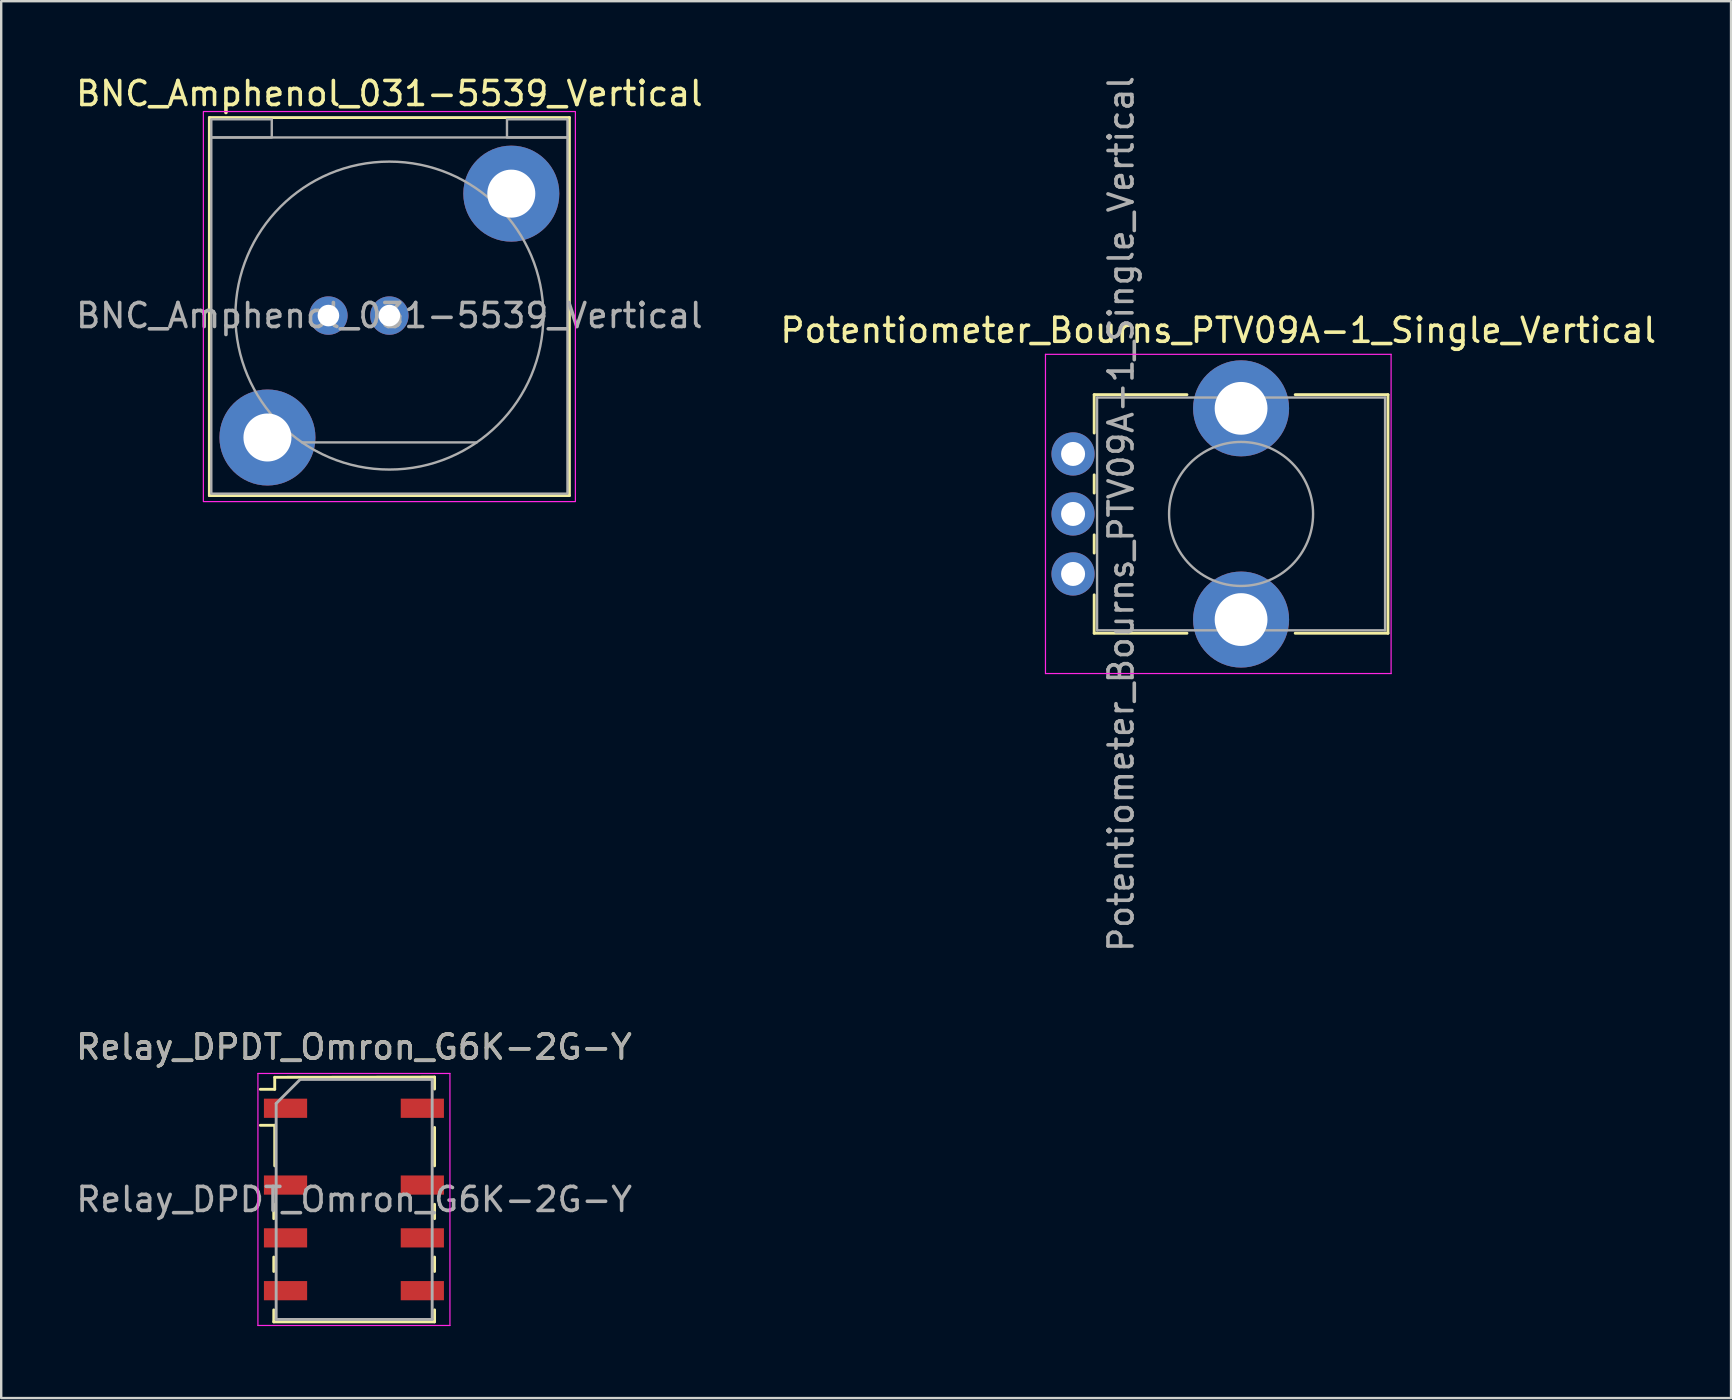
<source format=kicad_pcb>
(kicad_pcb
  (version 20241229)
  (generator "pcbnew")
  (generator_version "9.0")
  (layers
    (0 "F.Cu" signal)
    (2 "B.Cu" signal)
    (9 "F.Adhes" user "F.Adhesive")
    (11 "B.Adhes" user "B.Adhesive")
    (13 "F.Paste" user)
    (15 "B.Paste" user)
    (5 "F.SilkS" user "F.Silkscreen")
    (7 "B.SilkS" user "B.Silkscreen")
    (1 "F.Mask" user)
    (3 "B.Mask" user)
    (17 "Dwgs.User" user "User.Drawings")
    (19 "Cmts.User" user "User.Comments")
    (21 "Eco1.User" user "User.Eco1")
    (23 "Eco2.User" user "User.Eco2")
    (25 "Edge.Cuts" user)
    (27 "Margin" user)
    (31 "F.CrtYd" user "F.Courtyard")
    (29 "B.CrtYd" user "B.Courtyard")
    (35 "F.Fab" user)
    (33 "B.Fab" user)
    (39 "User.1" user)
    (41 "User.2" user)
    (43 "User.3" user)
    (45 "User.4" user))
  (footprint "Potentiometer_Bourns_PTV09A-1_Single_Vertical"
    (layer "F.Cu")
    (at 48.658 18.363)
    (property "Reference" "Potentiometer_Bourns_PTV09A-1_Single_Vertical" (at -0.95 -7.65 0) (layer "F.SilkS") (effects (font (size 1 1) (thickness 0.15))))
    (attr through_hole)
    (fp_line (start -6.12 -4.97) (end -6.12 -3.371) (stroke (width 0.12) (type solid)) (layer "F.SilkS"))
    (fp_line (start -6.12 -4.97) (end -2.255 -4.97) (stroke (width 0.12) (type solid)) (layer "F.SilkS"))
    (fp_line (start -6.12 -1.629) (end -6.12 -0.87) (stroke (width 0.12) (type solid)) (layer "F.SilkS"))
    (fp_line (start -6.12 0.871) (end -6.12 1.63) (stroke (width 0.12) (type solid)) (layer "F.SilkS"))
    (fp_line (start -6.12 3.37) (end -6.12 4.97) (stroke (width 0.12) (type solid)) (layer "F.SilkS"))
    (fp_line (start -6.12 4.97) (end -2.255 4.97) (stroke (width 0.12) (type solid)) (layer "F.SilkS"))
    (fp_line (start 2.255 -4.97) (end 6.12 -4.97) (stroke (width 0.12) (type solid)) (layer "F.SilkS"))
    (fp_line (start 2.255 4.97) (end 6.12 4.97) (stroke (width 0.12) (type solid)) (layer "F.SilkS"))
    (fp_line (start 6.12 -4.97) (end 6.12 4.97) (stroke (width 0.12) (type solid)) (layer "F.SilkS"))
    (fp_line (start -8.15 -6.65) (end -8.15 6.65) (stroke (width 0.05) (type solid)) (layer "F.CrtYd"))
    (fp_line (start -8.15 6.65) (end 6.25 6.65) (stroke (width 0.05) (type solid)) (layer "F.CrtYd"))
    (fp_line (start 6.25 -6.65) (end -8.15 -6.65) (stroke (width 0.05) (type solid)) (layer "F.CrtYd"))
    (fp_line (start 6.25 6.65) (end 6.25 -6.65) (stroke (width 0.05) (type solid)) (layer "F.CrtYd"))
    (fp_line (start -6 -4.85) (end -6 4.85) (stroke (width 0.1) (type solid)) (layer "F.Fab"))
    (fp_line (start -6 4.85) (end 6 4.85) (stroke (width 0.1) (type solid)) (layer "F.Fab"))
    (fp_line (start 6 -4.85) (end -6 -4.85) (stroke (width 0.1) (type solid)) (layer "F.Fab"))
    (fp_line (start 6 4.85) (end 6 -4.85) (stroke (width 0.1) (type solid)) (layer "F.Fab"))
    (fp_circle (center 0 0) (end 3 0) (stroke (width 0.1) (type solid)) (fill no) (layer "F.Fab"))
    (fp_text user "${REFERENCE}" (at -5 0 90) (layer "F.Fab") (effects (font (size 1 1) (thickness 0.15))))
    (pad "" np_thru_hole circle (at 0 -4.4) (size 4 4) (drill 2.2) (layers "*.Cu" "*.Mask"))
    (pad "" np_thru_hole circle (at 0 4.4) (size 4 4) (drill 2.2) (layers "*.Cu" "*.Mask"))
    (pad "1" thru_hole circle (at -7 2.5) (size 1.8 1.8) (drill 1) (layers "*.Cu" "*.Mask"))
    (pad "2" thru_hole circle (at -7 0) (size 1.8 1.8) (drill 1) (layers "*.Cu" "*.Mask"))
    (pad "3" thru_hole circle (at -7 -2.5) (size 1.8 1.8) (drill 1) (layers "*.Cu" "*.Mask")))
  (footprint "Relay_DPDT_Omron_G6K-2G-Y"
    (layer "F.Cu")
    (at 11.696 46.924)
    (property "Reference" "Relay_DPDT_Omron_G6K-2G-Y" (at 0 -6.35 0) (unlocked yes) (layer "F.SilkS") (effects (font (size 1 1) (thickness 0.15))))
    (attr smd)
    (fp_line (start -3.34 0.8) (end -3.34 0.2) (stroke (width 0.12) (type solid)) (layer "F.SilkS"))
    (fp_line (start -3.34 3) (end -3.34 2.4) (stroke (width 0.12) (type solid)) (layer "F.SilkS"))
    (fp_line (start -3.34 5.1) (end -3.34 4.6) (stroke (width 0.12) (type solid)) (layer "F.SilkS"))
    (fp_line (start -3.3 -5.09) (end -3.3 -4.59) (stroke (width 0.12) (type solid)) (layer "F.SilkS"))
    (fp_line (start -3.3 -5.09) (end 3.36 -5.1) (stroke (width 0.12) (type solid)) (layer "F.SilkS"))
    (fp_line (start -3.3 -4.59) (end -3.9 -4.59) (stroke (width 0.12) (type solid)) (layer "F.SilkS"))
    (fp_line (start -3.3 -3.09) (end -3.9 -3.09) (stroke (width 0.12) (type solid)) (layer "F.SilkS"))
    (fp_line (start -3.3 -1.4) (end -3.3 -3.09) (stroke (width 0.12) (type solid)) (layer "F.SilkS"))
    (fp_line (start 3.36 -5.1) (end 3.36 -4.6) (stroke (width 0.12) (type solid)) (layer "F.SilkS"))
    (fp_line (start 3.36 -3) (end 3.36 -1.4) (stroke (width 0.12) (type solid)) (layer "F.SilkS"))
    (fp_line (start 3.36 0.2) (end 3.36 0.8) (stroke (width 0.12) (type solid)) (layer "F.SilkS"))
    (fp_line (start 3.36 2.4) (end 3.36 3) (stroke (width 0.12) (type solid)) (layer "F.SilkS"))
    (fp_line (start 3.36 4.6) (end 3.36 5.1) (stroke (width 0.12) (type solid)) (layer "F.SilkS"))
    (fp_line (start 3.36 5.1) (end -3.34 5.1) (stroke (width 0.12) (type solid)) (layer "F.SilkS"))
    (fp_line (start -4 -5.25) (end -4 5.25) (stroke (width 0.05) (type solid)) (layer "F.CrtYd"))
    (fp_line (start -4 -5.25) (end 4 -5.25) (stroke (width 0.05) (type solid)) (layer "F.CrtYd"))
    (fp_line (start 4 5.25) (end -4 5.25) (stroke (width 0.05) (type solid)) (layer "F.CrtYd"))
    (fp_line (start 4 5.25) (end 4 -5.25) (stroke (width 0.05) (type solid)) (layer "F.CrtYd"))
    (fp_line (start -3.24 -4) (end -2.24 -5) (stroke (width 0.12) (type solid)) (layer "F.Fab"))
    (fp_line (start -3.24 5) (end -3.24 -4) (stroke (width 0.12) (type solid)) (layer "F.Fab"))
    (fp_line (start -2.24 -5) (end 3.26 -5) (stroke (width 0.12) (type solid)) (layer "F.Fab"))
    (fp_line (start 3.26 -5) (end 3.26 5) (stroke (width 0.12) (type solid)) (layer "F.Fab"))
    (fp_line (start 3.26 5) (end -3.24 5) (stroke (width 0.12) (type solid)) (layer "F.Fab"))
    (fp_text user "${REFERENCE}" (at 0 -6.35 0) (unlocked yes) (layer "F.Fab") (effects (font (size 1 1) (thickness 0.15))))
    (fp_text user "${REFERENCE}" (at 0.01 0 0) (layer "F.Fab") (effects (font (size 1 1) (thickness 0.15))))
    (pad "1" smd rect (at -2.85 -3.8) (size 1.8 0.8) (layers "F.Cu" "F.Mask" "F.Paste"))
    (pad "2" smd rect (at -2.85 -0.6) (size 1.8 0.8) (layers "F.Cu" "F.Mask" "F.Paste"))
    (pad "3" smd rect (at -2.85 1.6) (size 1.8 0.8) (layers "F.Cu" "F.Mask" "F.Paste"))
    (pad "4" smd rect (at -2.85 3.8) (size 1.8 0.8) (layers "F.Cu" "F.Mask" "F.Paste"))
    (pad "5" smd rect (at 2.85 3.8) (size 1.8 0.8) (layers "F.Cu" "F.Mask" "F.Paste"))
    (pad "6" smd rect (at 2.85 1.6) (size 1.8 0.8) (layers "F.Cu" "F.Mask" "F.Paste"))
    (pad "7" smd rect (at 2.85 -0.6) (size 1.8 0.8) (layers "F.Cu" "F.Mask" "F.Paste"))
    (pad "8" smd rect (at 2.85 -3.8) (size 1.8 0.8) (layers "F.Cu" "F.Mask" "F.Paste")))
  (footprint "BNC_Amphenol_031-5539_Vertical"
    (layer "F.Cu")
    (at 13.173 10.098)
    (property "Reference" "BNC_Amphenol_031-5539_Vertical" (at 0 -9.25 0) (layer "F.SilkS") (effects (font (size 1 1) (thickness 0.15))))
    (attr through_hole)
    (fp_line (start -7.5 -8.25) (end 7.5 -8.25) (stroke (width 0.12) (type solid)) (layer "F.SilkS"))
    (fp_line (start -7.5 7.5) (end -7.5 -8.25) (stroke (width 0.12) (type solid)) (layer "F.SilkS"))
    (fp_line (start 7.5 -8.25) (end 7.5 7.5) (stroke (width 0.12) (type solid)) (layer "F.SilkS"))
    (fp_line (start 7.5 7.5) (end -7.5 7.5) (stroke (width 0.12) (type solid)) (layer "F.SilkS"))
    (fp_rect (start -7.75 -8.5) (end 7.75 7.75) (stroke (width 0.05) (type solid)) (fill no) (layer "F.CrtYd"))
    (fp_line (start 3.636 5.285) (end -3.636 5.285) (stroke (width 0.1) (type solid)) (layer "F.Fab"))
    (fp_rect (start -7.42 -7.42) (end -4.9 -8.18) (stroke (width 0.1) (type solid)) (fill no) (layer "F.Fab"))
    (fp_rect (start -7.42 -7.42) (end 7.42 7.42) (stroke (width 0.1) (type solid)) (fill no) (layer "F.Fab"))
    (fp_rect (start 4.9 -7.42) (end 7.42 -8.18) (stroke (width 0.1) (type solid)) (fill no) (layer "F.Fab"))
    (fp_circle (center 0 0) (end -6.415 0) (stroke (width 0.1) (type solid)) (fill no) (layer "F.Fab"))
    (fp_text user "${REFERENCE}" (at 0 0 0) (layer "F.Fab") (effects (font (size 1 1) (thickness 0.15))))
    (pad "1" thru_hole circle (at 0 0) (size 1.6 1.6) (drill 0.9) (layers "*.Cu" "*.Mask"))
    (pad "2" thru_hole circle (at -5.08 5.08) (size 4 4) (drill 2) (layers "*.Cu" "*.Mask"))
    (pad "2" thru_hole circle (at -2.54 0) (size 1.6 1.6) (drill 0.9) (layers "*.Cu" "*.Mask"))
    (pad "2" thru_hole circle (at 5.08 -5.08) (size 4 4) (drill 2) (layers "*.Cu" "*.Mask")))
  (gr_rect
    (start -3 -3)
    (end 69.071 55.199)
    (stroke (width 0.1) (type default))
    (fill no)
    (layer "Edge.Cuts")))
</source>
